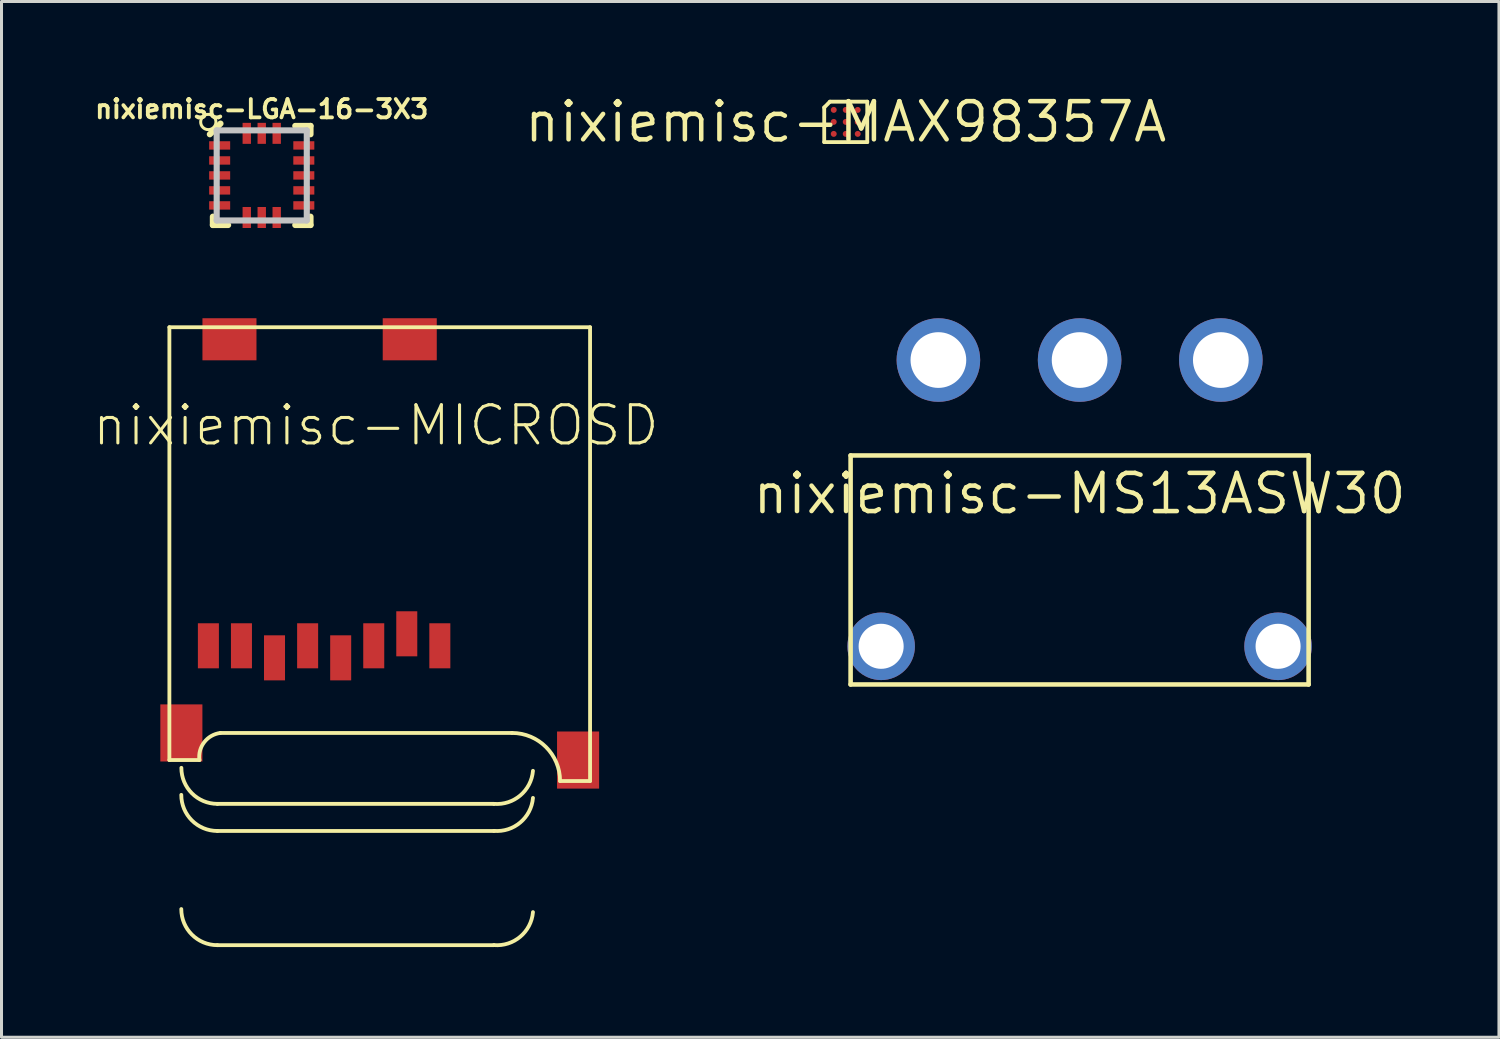
<source format=kicad_pcb>
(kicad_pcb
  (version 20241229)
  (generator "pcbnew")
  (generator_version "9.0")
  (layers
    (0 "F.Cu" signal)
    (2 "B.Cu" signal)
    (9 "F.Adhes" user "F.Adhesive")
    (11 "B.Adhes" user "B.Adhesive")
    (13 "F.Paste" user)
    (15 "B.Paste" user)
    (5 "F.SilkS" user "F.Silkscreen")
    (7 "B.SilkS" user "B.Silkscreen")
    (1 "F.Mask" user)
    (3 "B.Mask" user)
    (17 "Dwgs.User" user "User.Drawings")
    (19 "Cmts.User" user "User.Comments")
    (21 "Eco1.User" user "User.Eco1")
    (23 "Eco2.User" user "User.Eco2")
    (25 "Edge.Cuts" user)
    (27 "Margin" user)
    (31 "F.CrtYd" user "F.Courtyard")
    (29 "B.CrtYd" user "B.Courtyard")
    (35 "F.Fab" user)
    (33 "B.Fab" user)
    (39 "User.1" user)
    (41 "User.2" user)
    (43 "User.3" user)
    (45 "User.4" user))
  (footprint "nixiemisc-LGA-16-3X3"
    (layer "F.Cu")
    (at 5.659 2.787)
    (property "Reference" "nixiemisc-LGA-16-3X3" (at 0 -2.207 0) (unlocked yes) (layer "F.SilkS") (effects (font (size 0.61 0.61) (thickness 0.127))))
    (attr smd)
    (fp_line (start -1.727 -1.369) (end -1.372 -1.725) (stroke (width 0.203) (type solid)) (layer "F.SilkS"))
    (fp_line (start -1.626 1.372) (end -1.626 1.651) (stroke (width 0.203) (type solid)) (layer "F.SilkS"))
    (fp_line (start -1.626 1.651) (end -1.118 1.651) (stroke (width 0.203) (type solid)) (layer "F.SilkS"))
    (fp_line (start 1.115 -1.648) (end 1.623 -1.648) (stroke (width 0.203) (type solid)) (layer "F.SilkS"))
    (fp_line (start 1.115 1.651) (end 1.623 1.651) (stroke (width 0.203) (type solid)) (layer "F.SilkS"))
    (fp_line (start 1.623 -1.648) (end 1.623 -1.369) (stroke (width 0.203) (type solid)) (layer "F.SilkS"))
    (fp_line (start 1.623 1.372) (end 1.623 1.651) (stroke (width 0.203) (type solid)) (layer "F.SilkS"))
    (fp_circle (center -1.778 -1.778) (end -1.778 -2.032) (stroke (width 0.1) (type solid)) (fill no) (layer "F.SilkS"))
    (fp_line (start -1.499 -1.499) (end 1.499 -1.499) (stroke (width 0.203) (type solid)) (layer "Dwgs.User"))
    (fp_line (start -1.499 1.499) (end -1.499 -1.499) (stroke (width 0.203) (type solid)) (layer "Dwgs.User"))
    (fp_line (start 1.499 -1.499) (end 1.499 1.499) (stroke (width 0.203) (type solid)) (layer "Dwgs.User"))
    (fp_line (start 1.499 1.499) (end -1.499 1.499) (stroke (width 0.203) (type solid)) (layer "Dwgs.User"))
    (pad "1" smd rect (at -1.4 -0.998 180) (size 0.699 0.279) (layers "F.Cu" "F.Mask" "F.Paste"))
    (pad "2" smd rect (at -1.4 -0.498) (size 0.699 0.279) (layers "F.Cu" "F.Mask" "F.Paste"))
    (pad "3" smd rect (at -1.4 0) (size 0.699 0.279) (layers "F.Cu" "F.Mask" "F.Paste"))
    (pad "4" smd rect (at -1.4 0.498) (size 0.699 0.279) (layers "F.Cu" "F.Mask" "F.Paste"))
    (pad "5" smd rect (at -1.4 0.998 180) (size 0.699 0.279) (layers "F.Cu" "F.Mask" "F.Paste"))
    (pad "6" smd rect (at -0.498 1.4 90) (size 0.699 0.279) (layers "F.Cu" "F.Mask" "F.Paste"))
    (pad "7" smd rect (at 0 1.4 90) (size 0.699 0.279) (layers "F.Cu" "F.Mask" "F.Paste"))
    (pad "8" smd rect (at 0.498 1.4 90) (size 0.699 0.279) (layers "F.Cu" "F.Mask" "F.Paste"))
    (pad "9" smd rect (at 1.4 0.998 180) (size 0.699 0.279) (layers "F.Cu" "F.Mask" "F.Paste"))
    (pad "10" smd rect (at 1.4 0.498 180) (size 0.699 0.279) (layers "F.Cu" "F.Mask" "F.Paste"))
    (pad "11" smd rect (at 1.4 0 180) (size 0.699 0.279) (layers "F.Cu" "F.Mask" "F.Paste"))
    (pad "12" smd rect (at 1.4 -0.498 180) (size 0.699 0.279) (layers "F.Cu" "F.Mask" "F.Paste"))
    (pad "13" smd rect (at 1.4 -0.998 180) (size 0.699 0.279) (layers "F.Cu" "F.Mask" "F.Paste"))
    (pad "14" smd rect (at 0.498 -1.4 270) (size 0.699 0.279) (layers "F.Cu" "F.Mask" "F.Paste"))
    (pad "15" smd rect (at 0 -1.4 270) (size 0.699 0.279) (layers "F.Cu" "F.Mask" "F.Paste"))
    (pad "16" smd rect (at -0.498 -1.4 270) (size 0.699 0.279) (layers "F.Cu" "F.Mask" "F.Paste")))
  (footprint "nixiemisc-MAX98357A"
    (layer "F.Cu")
    (at 25.091 1.006)
    (property "Reference" "nixiemisc-MAX98357A" (at 0 0 0) (unlocked yes) (layer "F.SilkS") (effects (font (size 1.27 1.27) (thickness 0.15))))
    (attr smd)
    (fp_line (start -0.716 -0.48) (end -0.716 0.673) (stroke (width 0.127) (type solid)) (layer "F.SilkS"))
    (fp_line (start -0.716 0.673) (end 0.716 0.673) (stroke (width 0.127) (type solid)) (layer "F.SilkS"))
    (fp_line (start -0.526 -0.673) (end -0.716 -0.48) (stroke (width 0.127) (type solid)) (layer "F.SilkS"))
    (fp_line (start 0.716 -0.673) (end -0.526 -0.673) (stroke (width 0.127) (type solid)) (layer "F.SilkS"))
    (fp_line (start 0.716 -0.673) (end 0.716 0.673) (stroke (width 0.127) (type solid)) (layer "F.SilkS"))
    (fp_circle (center -0.399 -0.399) (end -0.399 -0.498) (stroke (width 0.028) (type solid)) (fill no) (layer "F.Paste"))
    (fp_circle (center -0.399 0) (end -0.399 -0.099) (stroke (width 0.028) (type solid)) (fill no) (layer "F.Paste"))
    (fp_circle (center -0.399 0.399) (end -0.399 0.3) (stroke (width 0.028) (type solid)) (fill no) (layer "F.Paste"))
    (fp_circle (center 0 -0.399) (end 0 -0.498) (stroke (width 0.028) (type solid)) (fill no) (layer "F.Paste"))
    (fp_circle (center 0 0) (end 0 -0.099) (stroke (width 0.028) (type solid)) (fill no) (layer "F.Paste"))
    (fp_circle (center 0 0.399) (end 0 0.3) (stroke (width 0.028) (type solid)) (fill no) (layer "F.Paste"))
    (fp_circle (center 0.399 -0.399) (end 0.399 -0.498) (stroke (width 0.028) (type solid)) (fill no) (layer "F.Paste"))
    (fp_circle (center 0.399 0) (end 0.399 -0.099) (stroke (width 0.028) (type solid)) (fill no) (layer "F.Paste"))
    (fp_circle (center 0.399 0.399) (end 0.399 0.3) (stroke (width 0.028) (type solid)) (fill no) (layer "F.Paste"))
    (pad "A1" smd circle (at -0.399 -0.399) (size 0.198 0.198) (layers "F.Cu" "F.Mask" "F.Paste"))
    (pad "A2" smd circle (at 0 -0.399) (size 0.198 0.198) (layers "F.Cu" "F.Mask" "F.Paste"))
    (pad "A3" smd circle (at 0.399 -0.399) (size 0.198 0.198) (layers "F.Cu" "F.Mask" "F.Paste"))
    (pad "B1" smd circle (at -0.399 0) (size 0.198 0.198) (layers "F.Cu" "F.Mask" "F.Paste"))
    (pad "B2" smd circle (at 0 0) (size 0.198 0.198) (layers "F.Cu" "F.Mask" "F.Paste"))
    (pad "B3" smd circle (at 0.399 0) (size 0.198 0.198) (layers "F.Cu" "F.Mask" "F.Paste"))
    (pad "C1" smd circle (at -0.399 0.399) (size 0.198 0.198) (layers "F.Cu" "F.Mask" "F.Paste"))
    (pad "C2" smd circle (at 0 0.399) (size 0.198 0.198) (layers "F.Cu" "F.Mask" "F.Paste"))
    (pad "C3" smd circle (at 0.399 0.399) (size 0.198 0.198) (layers "F.Cu" "F.Mask" "F.Paste")))
  (footprint "nixiemisc-MICROSD"
    (layer "F.Cu")
    (at 2.586 7.8)
    (property "Reference" "nixiemisc-MICROSD" (at 6.873 3.305 0) (unlocked yes) (layer "F.SilkS") (effects (font (size 1.27 1.27) (thickness 0.102))))
    (attr smd)
    (fp_line (start 0 0.038) (end 0 14.44) (stroke (width 0.127) (type solid)) (layer "F.SilkS"))
    (fp_line (start 0 14.44) (end 0.998 14.44) (stroke (width 0.127) (type solid)) (layer "F.SilkS"))
    (fp_line (start 1.598 15.898) (end 10.798 15.898) (stroke (width 0.127) (type solid)) (layer "F.SilkS"))
    (fp_line (start 1.598 16.8) (end 10.798 16.8) (stroke (width 0.127) (type solid)) (layer "F.SilkS"))
    (fp_line (start 1.598 20.599) (end 10.798 20.599) (stroke (width 0.127) (type solid)) (layer "F.SilkS"))
    (fp_line (start 1.699 13.538) (end 11.4 13.538) (stroke (width 0.127) (type solid)) (layer "F.SilkS"))
    (fp_line (start 13 15.138) (end 13.998 15.138) (stroke (width 0.127) (type solid)) (layer "F.SilkS"))
    (fp_line (start 13.998 0.038) (end 0 0.038) (stroke (width 0.127) (type solid)) (layer "F.SilkS"))
    (fp_line (start 13.998 15.138) (end 13.998 0.038) (stroke (width 0.127) (type solid)) (layer "F.SilkS"))
    (fp_arc (start 0.99822 14.4399) (mid 1.160722 13.844386) (end 1.69672 13.5382) (stroke (width 0.127) (type solid)) (layer "F.SilkS"))
    (fp_arc (start 1.59766 15.89786) (mid 0.749924 15.546716) (end 0.39878 14.69898) (stroke (width 0.127) (type solid)) (layer "F.SilkS"))
    (fp_arc (start 1.59766 16.79956) (mid 0.748128 16.447672) (end 0.39624 15.59814) (stroke (width 0.127) (type solid)) (layer "F.SilkS"))
    (fp_arc (start 1.59766 20.5994) (mid 0.748128 20.247512) (end 0.39624 19.39798) (stroke (width 0.127) (type solid)) (layer "F.SilkS"))
    (fp_arc (start 11.39952 13.5382) (mid 12.531032 14.006888) (end 12.99972 15.1384) (stroke (width 0.127) (type solid)) (layer "F.SilkS"))
    (fp_arc (start 12.09802 14.79804) (mid 11.67683 15.616762) (end 10.80008 15.89786) (stroke (width 0.127) (type solid)) (layer "F.SilkS"))
    (fp_arc (start 12.09802 15.69974) (mid 11.675034 16.517718) (end 10.79754 16.79702) (stroke (width 0.127) (type solid)) (layer "F.SilkS"))
    (fp_arc (start 12.09802 19.49958) (mid 11.675034 20.317558) (end 10.79754 20.59686) (stroke (width 0.127) (type solid)) (layer "F.SilkS"))
    (pad "1" smd rect (at 8.999 10.638) (size 0.699 1.499) (layers "F.Cu" "F.Mask" "F.Paste"))
    (pad "2" smd rect (at 7.899 10.239) (size 0.699 1.499) (layers "F.Cu" "F.Mask" "F.Paste"))
    (pad "3" smd rect (at 6.8 10.638) (size 0.699 1.499) (layers "F.Cu" "F.Mask" "F.Paste"))
    (pad "4" smd rect (at 5.7 11.039) (size 0.699 1.499) (layers "F.Cu" "F.Mask" "F.Paste"))
    (pad "5" smd rect (at 4.6 10.638) (size 0.699 1.499) (layers "F.Cu" "F.Mask" "F.Paste"))
    (pad "6" smd rect (at 3.498 11.039) (size 0.699 1.499) (layers "F.Cu" "F.Mask" "F.Paste"))
    (pad "7" smd rect (at 2.398 10.638) (size 0.699 1.499) (layers "F.Cu" "F.Mask" "F.Paste"))
    (pad "8" smd rect (at 1.298 10.638) (size 0.699 1.499) (layers "F.Cu" "F.Mask" "F.Paste"))
    (pad "CD1" smd rect (at 1.999 0.439 90) (size 1.4 1.798) (layers "F.Cu" "F.Mask" "F.Paste"))
    (pad "CD2" smd rect (at 7.998 0.439 90) (size 1.4 1.798) (layers "F.Cu" "F.Mask" "F.Paste"))
    (pad "MT1" smd rect (at 0.399 13.538) (size 1.4 1.9) (layers "F.Cu" "F.Mask" "F.Paste"))
    (pad "MT2" smd rect (at 13.599 14.44) (size 1.4 1.9) (layers "F.Cu" "F.Mask" "F.Paste")))
  (footprint "nixiemisc-MS13ASW30"
    (layer "F.Cu")
    (at 32.873 13.375)
    (property "Reference" "nixiemisc-MS13ASW30" (at 0 0 0) (unlocked yes) (layer "F.SilkS") (effects (font (size 1.27 1.27) (thickness 0.15))))
    (attr exclude_from_pos_files exclude_from_bom)
    (fp_line (start -7.62 -1.27) (end 7.62 -1.27) (stroke (width 0.152) (type solid)) (layer "F.SilkS"))
    (fp_line (start -7.62 6.35) (end -7.62 -1.27) (stroke (width 0.152) (type solid)) (layer "F.SilkS"))
    (fp_line (start 7.62 -1.27) (end 7.62 6.35) (stroke (width 0.152) (type solid)) (layer "F.SilkS"))
    (fp_line (start 7.62 6.35) (end -7.62 6.35) (stroke (width 0.152) (type solid)) (layer "F.SilkS"))
    (pad "P$1" thru_hole circle (at -4.699 -4.445) (size 2.781 2.781) (drill 1.854) (layers "*.Cu" "*.Mask"))
    (pad "P$2" thru_hole circle (at 0 -4.445) (size 2.781 2.781) (drill 1.854) (layers "*.Cu" "*.Mask"))
    (pad "P$3" thru_hole circle (at 4.699 -4.445) (size 2.781 2.781) (drill 1.854) (layers "*.Cu" "*.Mask"))
    (pad "P$4" thru_hole circle (at -6.604 5.08) (size 2.248 2.248) (drill 1.499) (layers "*.Cu" "*.Mask"))
    (pad "P$5" thru_hole circle (at 6.604 5.08) (size 2.248 2.248) (drill 1.499) (layers "*.Cu" "*.Mask")))
  (gr_rect
    (start -3 -3)
    (end 46.826 31.464)
    (stroke (width 0.1) (type default))
    (fill no)
    (layer "Edge.Cuts")))
</source>
